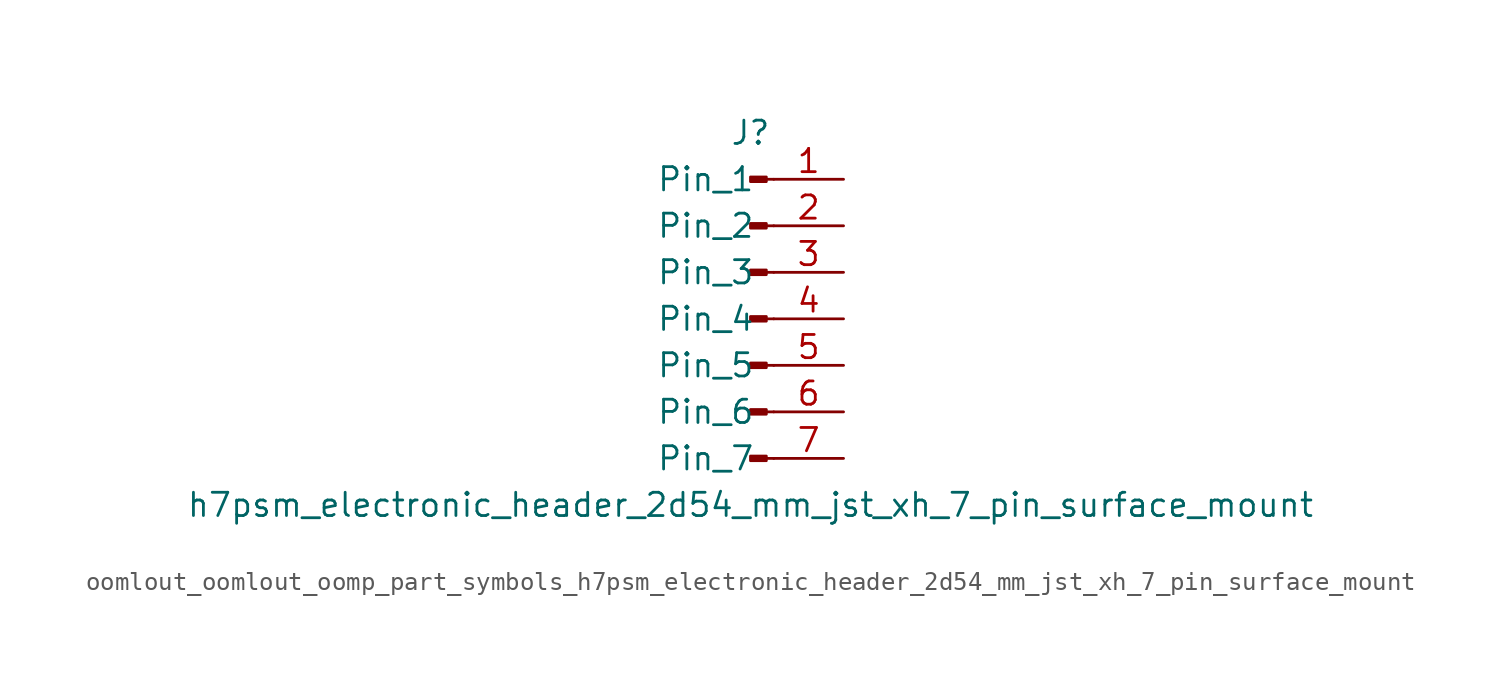
<source format=kicad_sym>
(kicad_symbol_lib
  (version 20220914)
  (generator kicad_symbol_editor)
  (symbol "oomlout_oomlout_oomp_part_symbols_h7psm_electronic_header_2d54_mm_jst_xh_7_pin_surface_mount"
    (pin_names
      (offset 1.016))
    (property "Reference" "J"
      (at 0 10.16 0)
      (effects (font (size 1.27 1.27))))
    (property "Value" "h7psm_electronic_header_2d54_mm_jst_xh_7_pin_surface_mount"
      (at 0 -10.16 0)
      (effects (font (size 1.27 1.27))))
    (property "ki_locked" ""
      (at 0 0 0)
      (effects (font (size 1.27 1.27))))
    (symbol "oomlout_oomlout_oomp_part_symbols_h7psm_electronic_header_2d54_mm_jst_xh_7_pin_surface_mount_1_1"
      (polyline (pts (xy 1.27 -7.62) (xy 0.864 -7.62)) (stroke (width 0.152) (type default)) (fill (type none)))
      (polyline (pts (xy 1.27 -5.08) (xy 0.864 -5.08)) (stroke (width 0.152) (type default)) (fill (type none)))
      (polyline (pts (xy 1.27 -2.54) (xy 0.864 -2.54)) (stroke (width 0.152) (type default)) (fill (type none)))
      (polyline (pts (xy 1.27 0) (xy 0.864 0)) (stroke (width 0.152) (type default)) (fill (type none)))
      (polyline (pts (xy 1.27 2.54) (xy 0.864 2.54)) (stroke (width 0.152) (type default)) (fill (type none)))
      (polyline (pts (xy 1.27 5.08) (xy 0.864 5.08)) (stroke (width 0.152) (type default)) (fill (type none)))
      (polyline (pts (xy 1.27 7.62) (xy 0.864 7.62)) (stroke (width 0.152) (type default)) (fill (type none)))
      (rectangle (start 0.864 -7.493) (end 0 -7.747) (stroke (width 0.152) (type default)) (fill (type outline)))
      (rectangle (start 0.864 -4.953) (end 0 -5.207) (stroke (width 0.152) (type default)) (fill (type outline)))
      (rectangle (start 0.864 -2.413) (end 0 -2.667) (stroke (width 0.152) (type default)) (fill (type outline)))
      (rectangle (start 0.864 0.127) (end 0 -0.127) (stroke (width 0.152) (type default)) (fill (type outline)))
      (rectangle (start 0.864 2.667) (end 0 2.413) (stroke (width 0.152) (type default)) (fill (type outline)))
      (rectangle (start 0.864 5.207) (end 0 4.953) (stroke (width 0.152) (type default)) (fill (type outline)))
      (rectangle (start 0.864 7.747) (end 0 7.493) (stroke (width 0.152) (type default)) (fill (type outline)))
      (pin passive line (at 5.08 7.62 180) (length 3.81) (name "Pin_1" (effects (font (size 1.27 1.27)))) (number "1" (effects (font (size 1.27 1.27)))))
      (pin passive line (at 5.08 5.08 180) (length 3.81) (name "Pin_2" (effects (font (size 1.27 1.27)))) (number "2" (effects (font (size 1.27 1.27)))))
      (pin passive line (at 5.08 2.54 180) (length 3.81) (name "Pin_3" (effects (font (size 1.27 1.27)))) (number "3" (effects (font (size 1.27 1.27)))))
      (pin passive line (at 5.08 0 180) (length 3.81) (name "Pin_4" (effects (font (size 1.27 1.27)))) (number "4" (effects (font (size 1.27 1.27)))))
      (pin passive line (at 5.08 -2.54 180) (length 3.81) (name "Pin_5" (effects (font (size 1.27 1.27)))) (number "5" (effects (font (size 1.27 1.27)))))
      (pin passive line (at 5.08 -5.08 180) (length 3.81) (name "Pin_6" (effects (font (size 1.27 1.27)))) (number "6" (effects (font (size 1.27 1.27)))))
      (pin passive line (at 5.08 -7.62 180) (length 3.81) (name "Pin_7" (effects (font (size 1.27 1.27)))) (number "7" (effects (font (size 1.27 1.27))))))))
</source>
